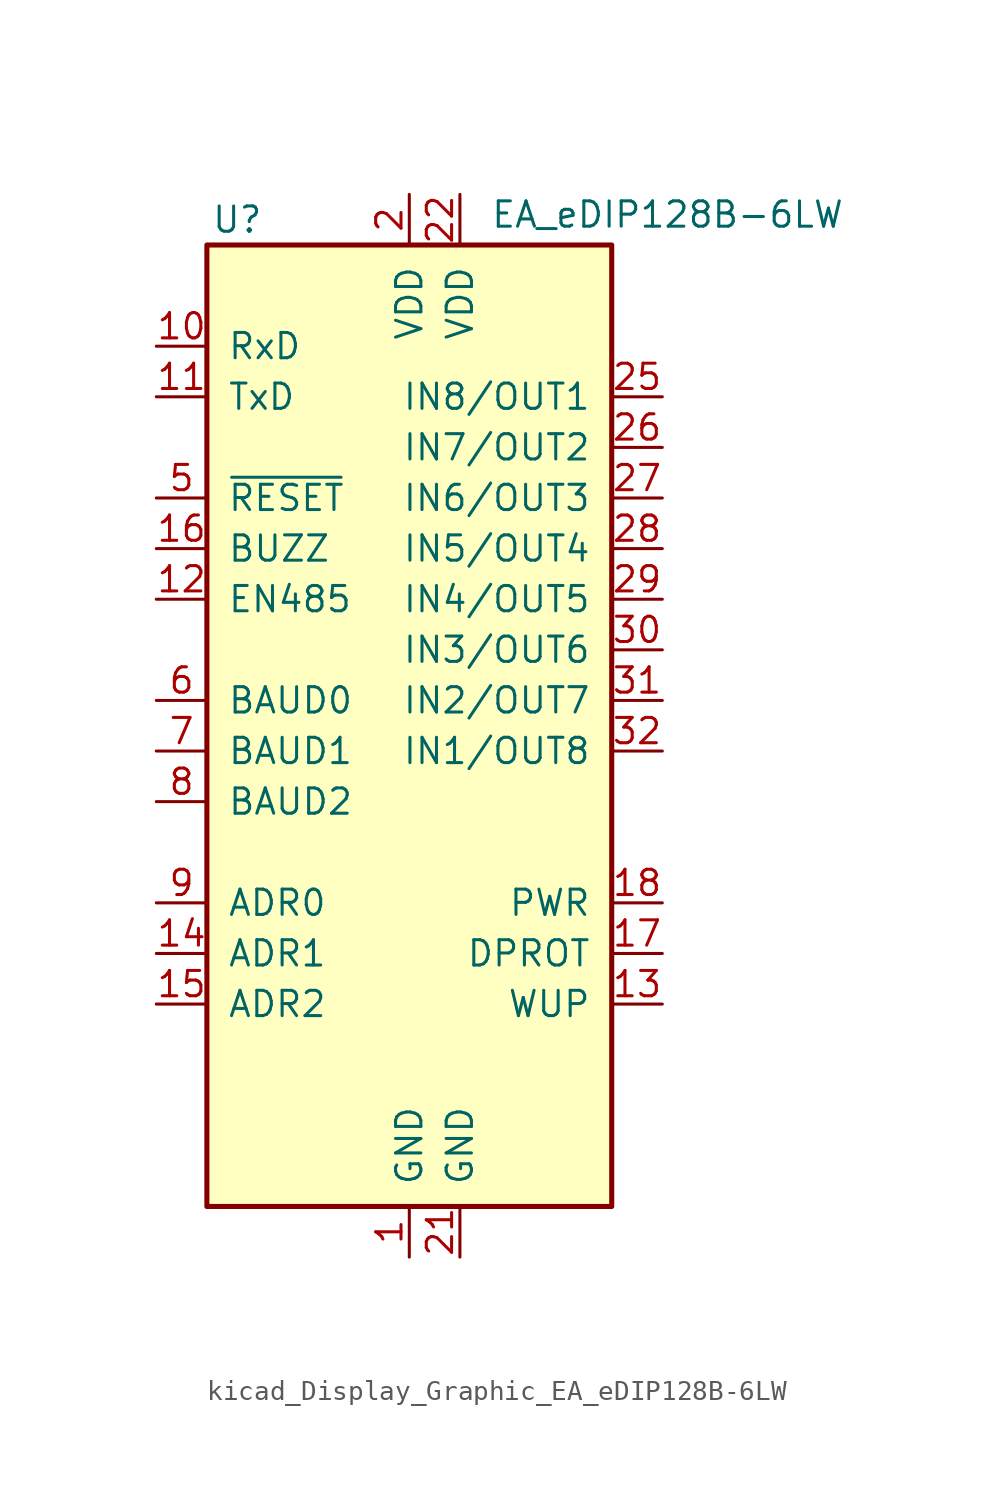
<source format=kicad_sym>
(kicad_symbol_lib
  (version 20220914)
  (generator kicad_symbol_editor)
  (symbol "kicad_Display_Graphic_EA_eDIP128B-6LW"
    (pin_names
      (offset 1.016))
    (property "Reference" "U"
      (at -8.636 24.13 0)
      (effects (font (size 1.27 1.27))))
    (property "Value" "EA_eDIP128B-6LW"
      (at 4.064 24.384 0)
      (effects (font (size 1.27 1.27)) (justify left)))
    (symbol "kicad_Display_Graphic_EA_eDIP128B-6LW_0_1"
      (rectangle (start -10.16 22.86) (end 10.16 -25.4) (stroke (width 0.254) (type default)) (fill (type background))))
    (symbol "kicad_Display_Graphic_EA_eDIP128B-6LW_1_1"
      (pin power_in line (at 0 -27.94 90) (length 2.54) (name "GND" (effects (font (size 1.27 1.27)))) (number "1" (effects (font (size 1.27 1.27)))))
      (pin input line (at -12.7 17.78 0) (length 2.54) (name "RxD" (effects (font (size 1.27 1.27)))) (number "10" (effects (font (size 1.27 1.27)))))
      (pin output line (at -12.7 15.24 0) (length 2.54) (name "TxD" (effects (font (size 1.27 1.27)))) (number "11" (effects (font (size 1.27 1.27)))))
      (pin output line (at -12.7 5.08 0) (length 2.54) (name "EN485" (effects (font (size 1.27 1.27)))) (number "12" (effects (font (size 1.27 1.27)))))
      (pin input line (at 12.7 -15.24 180) (length 2.54) (name "WUP" (effects (font (size 1.27 1.27)))) (number "13" (effects (font (size 1.27 1.27)))))
      (pin input line (at -12.7 -12.7 0) (length 2.54) (name "ADR1" (effects (font (size 1.27 1.27)))) (number "14" (effects (font (size 1.27 1.27)))))
      (pin input line (at -12.7 -15.24 0) (length 2.54) (name "ADR2" (effects (font (size 1.27 1.27)))) (number "15" (effects (font (size 1.27 1.27)))))
      (pin output line (at -12.7 7.62 0) (length 2.54) (name "BUZZ" (effects (font (size 1.27 1.27)))) (number "16" (effects (font (size 1.27 1.27)))))
      (pin input line (at 12.7 -12.7 180) (length 2.54) (name "DPROT" (effects (font (size 1.27 1.27)))) (number "17" (effects (font (size 1.27 1.27)))))
      (pin output line (at 12.7 -10.16 180) (length 2.54) (name "PWR" (effects (font (size 1.27 1.27)))) (number "18" (effects (font (size 1.27 1.27)))))
      (pin no_connect line (at -10.16 -22.86 0) (length 2.54) hide (name "NC" (effects (font (size 1.27 1.27)))) (number "19" (effects (font (size 1.27 1.27)))))
      (pin power_in line (at 0 25.4 270) (length 2.54) (name "VDD" (effects (font (size 1.27 1.27)))) (number "2" (effects (font (size 1.27 1.27)))))
      (pin power_in line (at 2.54 -27.94 90) (length 2.54) (name "GND" (effects (font (size 1.27 1.27)))) (number "21" (effects (font (size 1.27 1.27)))))
      (pin power_in line (at 2.54 25.4 270) (length 2.54) (name "VDD" (effects (font (size 1.27 1.27)))) (number "22" (effects (font (size 1.27 1.27)))))
      (pin no_connect line (at 10.16 -17.78 180) (length 2.54) hide (name "NC" (effects (font (size 1.27 1.27)))) (number "23" (effects (font (size 1.27 1.27)))))
      (pin no_connect line (at 10.16 -20.32 180) (length 2.54) hide (name "NC" (effects (font (size 1.27 1.27)))) (number "24" (effects (font (size 1.27 1.27)))))
      (pin bidirectional line (at 12.7 15.24 180) (length 2.54) (name "IN8/OUT1" (effects (font (size 1.27 1.27)))) (number "25" (effects (font (size 1.27 1.27)))))
      (pin bidirectional line (at 12.7 12.7 180) (length 2.54) (name "IN7/OUT2" (effects (font (size 1.27 1.27)))) (number "26" (effects (font (size 1.27 1.27)))))
      (pin bidirectional line (at 12.7 10.16 180) (length 2.54) (name "IN6/OUT3" (effects (font (size 1.27 1.27)))) (number "27" (effects (font (size 1.27 1.27)))))
      (pin bidirectional line (at 12.7 7.62 180) (length 2.54) (name "IN5/OUT4" (effects (font (size 1.27 1.27)))) (number "28" (effects (font (size 1.27 1.27)))))
      (pin bidirectional line (at 12.7 5.08 180) (length 2.54) (name "IN4/OUT5" (effects (font (size 1.27 1.27)))) (number "29" (effects (font (size 1.27 1.27)))))
      (pin no_connect line (at -10.16 -17.78 0) (length 2.54) hide (name "NC" (effects (font (size 1.27 1.27)))) (number "3" (effects (font (size 1.27 1.27)))))
      (pin bidirectional line (at 12.7 2.54 180) (length 2.54) (name "IN3/OUT6" (effects (font (size 1.27 1.27)))) (number "30" (effects (font (size 1.27 1.27)))))
      (pin bidirectional line (at 12.7 0 180) (length 2.54) (name "IN2/OUT7" (effects (font (size 1.27 1.27)))) (number "31" (effects (font (size 1.27 1.27)))))
      (pin bidirectional line (at 12.7 -2.54 180) (length 2.54) (name "IN1/OUT8" (effects (font (size 1.27 1.27)))) (number "32" (effects (font (size 1.27 1.27)))))
      (pin no_connect line (at -10.16 -20.32 0) (length 2.54) hide (name "NC" (effects (font (size 1.27 1.27)))) (number "4" (effects (font (size 1.27 1.27)))))
      (pin input line (at -12.7 10.16 0) (length 2.54) (name "~{RESET}" (effects (font (size 1.27 1.27)))) (number "5" (effects (font (size 1.27 1.27)))))
      (pin input line (at -12.7 0 0) (length 2.54) (name "BAUD0" (effects (font (size 1.27 1.27)))) (number "6" (effects (font (size 1.27 1.27)))))
      (pin input line (at -12.7 -2.54 0) (length 2.54) (name "BAUD1" (effects (font (size 1.27 1.27)))) (number "7" (effects (font (size 1.27 1.27)))))
      (pin input line (at -12.7 -5.08 0) (length 2.54) (name "BAUD2" (effects (font (size 1.27 1.27)))) (number "8" (effects (font (size 1.27 1.27)))))
      (pin input line (at -12.7 -10.16 0) (length 2.54) (name "ADR0" (effects (font (size 1.27 1.27)))) (number "9" (effects (font (size 1.27 1.27))))))))
</source>
